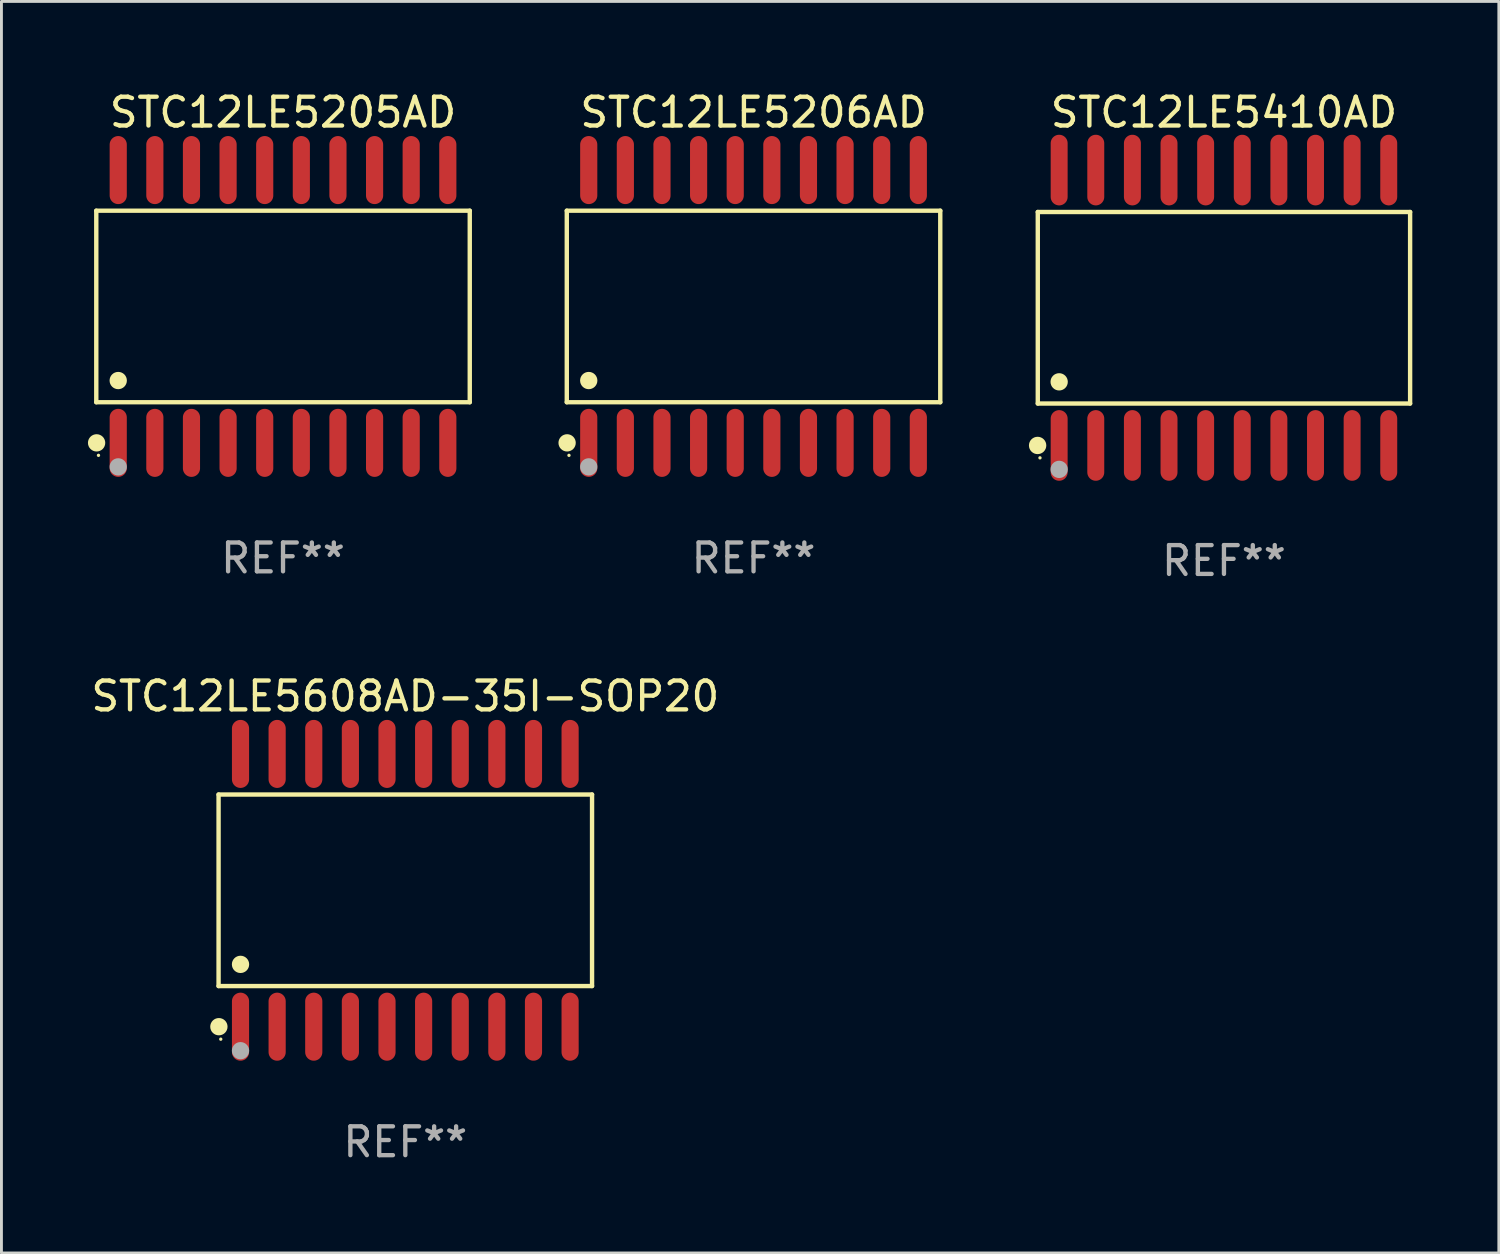
<source format=kicad_pcb>
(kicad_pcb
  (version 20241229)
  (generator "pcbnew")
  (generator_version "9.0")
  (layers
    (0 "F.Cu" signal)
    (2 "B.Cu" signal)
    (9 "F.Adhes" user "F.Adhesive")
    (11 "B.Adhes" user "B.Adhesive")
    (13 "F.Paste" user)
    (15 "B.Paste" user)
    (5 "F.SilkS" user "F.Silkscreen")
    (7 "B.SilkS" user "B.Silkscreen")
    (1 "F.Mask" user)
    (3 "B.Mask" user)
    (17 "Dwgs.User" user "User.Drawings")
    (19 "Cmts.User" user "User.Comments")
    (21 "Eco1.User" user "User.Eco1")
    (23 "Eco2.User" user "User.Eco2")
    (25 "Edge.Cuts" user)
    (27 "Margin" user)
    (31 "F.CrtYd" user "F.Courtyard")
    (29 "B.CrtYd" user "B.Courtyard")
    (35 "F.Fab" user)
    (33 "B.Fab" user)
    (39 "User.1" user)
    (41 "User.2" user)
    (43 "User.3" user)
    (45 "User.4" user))
  (footprint "STC12LE5206AD"
    (layer "F.Cu")
    (at 23.082 7.578)
    (property "Reference" "STC12LE5206AD" (at 0 -6.73 0) (layer "F.SilkS") (effects (font (size 1 1) (thickness 0.15))))
    (attr through_hole)
    (fp_line (start -6.476 -3.321) (end 6.476 -3.321) (stroke (width 0.152) (type solid)) (layer "F.SilkS"))
    (fp_line (start -6.476 3.321) (end -6.476 -3.321) (stroke (width 0.152) (type solid)) (layer "F.SilkS"))
    (fp_line (start 6.476 -3.321) (end 6.476 3.321) (stroke (width 0.152) (type solid)) (layer "F.SilkS"))
    (fp_line (start 6.476 3.321) (end -6.476 3.321) (stroke (width 0.152) (type solid)) (layer "F.SilkS"))
    (fp_circle (center -6.465 4.73) (end -6.315 4.73) (stroke (width 0.3) (type solid)) (fill no) (layer "F.SilkS"))
    (fp_circle (center -6.4 5.163) (end -6.37 5.163) (stroke (width 0.06) (type solid)) (fill no) (layer "F.SilkS"))
    (fp_circle (center -5.715 2.569) (end -5.565 2.569) (stroke (width 0.3) (type solid)) (fill no) (layer "F.SilkS"))
    (fp_circle (center -5.715 5.563) (end -5.565 5.563) (stroke (width 0.3) (type solid)) (fill no) (layer "F.Fab"))
    (fp_text user "REF**" (at 0 8.73 0) (layer "F.Fab") (effects (font (size 1 1) (thickness 0.15))))
    (pad "1" smd oval (at -5.715 4.73) (size 0.595 2.36) (layers "F.Cu" "F.Mask" "F.Paste"))
    (pad "2" smd oval (at -4.445 4.73) (size 0.595 2.36) (layers "F.Cu" "F.Mask" "F.Paste"))
    (pad "3" smd oval (at -3.175 4.73) (size 0.595 2.36) (layers "F.Cu" "F.Mask" "F.Paste"))
    (pad "4" smd oval (at -1.905 4.73) (size 0.595 2.36) (layers "F.Cu" "F.Mask" "F.Paste"))
    (pad "5" smd oval (at -0.635 4.73) (size 0.595 2.36) (layers "F.Cu" "F.Mask" "F.Paste"))
    (pad "6" smd oval (at 0.635 4.73) (size 0.595 2.36) (layers "F.Cu" "F.Mask" "F.Paste"))
    (pad "7" smd oval (at 1.905 4.73) (size 0.595 2.36) (layers "F.Cu" "F.Mask" "F.Paste"))
    (pad "8" smd oval (at 3.175 4.73) (size 0.595 2.36) (layers "F.Cu" "F.Mask" "F.Paste"))
    (pad "9" smd oval (at 4.445 4.73) (size 0.595 2.36) (layers "F.Cu" "F.Mask" "F.Paste"))
    (pad "10" smd oval (at 5.715 4.73) (size 0.595 2.36) (layers "F.Cu" "F.Mask" "F.Paste"))
    (pad "11" smd oval (at 5.715 -4.73) (size 0.595 2.36) (layers "F.Cu" "F.Mask" "F.Paste"))
    (pad "12" smd oval (at 4.445 -4.73) (size 0.595 2.36) (layers "F.Cu" "F.Mask" "F.Paste"))
    (pad "13" smd oval (at 3.175 -4.73) (size 0.595 2.36) (layers "F.Cu" "F.Mask" "F.Paste"))
    (pad "14" smd oval (at 1.905 -4.73) (size 0.595 2.36) (layers "F.Cu" "F.Mask" "F.Paste"))
    (pad "15" smd oval (at 0.635 -4.73) (size 0.595 2.36) (layers "F.Cu" "F.Mask" "F.Paste"))
    (pad "16" smd oval (at -0.635 -4.73) (size 0.595 2.36) (layers "F.Cu" "F.Mask" "F.Paste"))
    (pad "17" smd oval (at -1.905 -4.73) (size 0.595 2.36) (layers "F.Cu" "F.Mask" "F.Paste"))
    (pad "18" smd oval (at -3.175 -4.73) (size 0.595 2.36) (layers "F.Cu" "F.Mask" "F.Paste"))
    (pad "19" smd oval (at -4.445 -4.73) (size 0.595 2.36) (layers "F.Cu" "F.Mask" "F.Paste"))
    (pad "20" smd oval (at -5.715 -4.73) (size 0.595 2.36) (layers "F.Cu" "F.Mask" "F.Paste")))
  (footprint "STC12LE5205AD"
    (layer "F.Cu")
    (at 6.765 7.578)
    (property "Reference" "STC12LE5205AD" (at 0 -6.73 0) (layer "F.SilkS") (effects (font (size 1 1) (thickness 0.15))))
    (attr through_hole)
    (fp_line (start -6.476 -3.321) (end 6.476 -3.321) (stroke (width 0.152) (type solid)) (layer "F.SilkS"))
    (fp_line (start -6.476 3.321) (end -6.476 -3.321) (stroke (width 0.152) (type solid)) (layer "F.SilkS"))
    (fp_line (start 6.476 -3.321) (end 6.476 3.321) (stroke (width 0.152) (type solid)) (layer "F.SilkS"))
    (fp_line (start 6.476 3.321) (end -6.476 3.321) (stroke (width 0.152) (type solid)) (layer "F.SilkS"))
    (fp_circle (center -6.465 4.73) (end -6.315 4.73) (stroke (width 0.3) (type solid)) (fill no) (layer "F.SilkS"))
    (fp_circle (center -6.4 5.163) (end -6.37 5.163) (stroke (width 0.06) (type solid)) (fill no) (layer "F.SilkS"))
    (fp_circle (center -5.715 2.569) (end -5.565 2.569) (stroke (width 0.3) (type solid)) (fill no) (layer "F.SilkS"))
    (fp_circle (center -5.715 5.563) (end -5.565 5.563) (stroke (width 0.3) (type solid)) (fill no) (layer "F.Fab"))
    (fp_text user "REF**" (at 0 8.73 0) (layer "F.Fab") (effects (font (size 1 1) (thickness 0.15))))
    (pad "1" smd oval (at -5.715 4.73) (size 0.595 2.36) (layers "F.Cu" "F.Mask" "F.Paste"))
    (pad "2" smd oval (at -4.445 4.73) (size 0.595 2.36) (layers "F.Cu" "F.Mask" "F.Paste"))
    (pad "3" smd oval (at -3.175 4.73) (size 0.595 2.36) (layers "F.Cu" "F.Mask" "F.Paste"))
    (pad "4" smd oval (at -1.905 4.73) (size 0.595 2.36) (layers "F.Cu" "F.Mask" "F.Paste"))
    (pad "5" smd oval (at -0.635 4.73) (size 0.595 2.36) (layers "F.Cu" "F.Mask" "F.Paste"))
    (pad "6" smd oval (at 0.635 4.73) (size 0.595 2.36) (layers "F.Cu" "F.Mask" "F.Paste"))
    (pad "7" smd oval (at 1.905 4.73) (size 0.595 2.36) (layers "F.Cu" "F.Mask" "F.Paste"))
    (pad "8" smd oval (at 3.175 4.73) (size 0.595 2.36) (layers "F.Cu" "F.Mask" "F.Paste"))
    (pad "9" smd oval (at 4.445 4.73) (size 0.595 2.36) (layers "F.Cu" "F.Mask" "F.Paste"))
    (pad "10" smd oval (at 5.715 4.73) (size 0.595 2.36) (layers "F.Cu" "F.Mask" "F.Paste"))
    (pad "11" smd oval (at 5.715 -4.73) (size 0.595 2.36) (layers "F.Cu" "F.Mask" "F.Paste"))
    (pad "12" smd oval (at 4.445 -4.73) (size 0.595 2.36) (layers "F.Cu" "F.Mask" "F.Paste"))
    (pad "13" smd oval (at 3.175 -4.73) (size 0.595 2.36) (layers "F.Cu" "F.Mask" "F.Paste"))
    (pad "14" smd oval (at 1.905 -4.73) (size 0.595 2.36) (layers "F.Cu" "F.Mask" "F.Paste"))
    (pad "15" smd oval (at 0.635 -4.73) (size 0.595 2.36) (layers "F.Cu" "F.Mask" "F.Paste"))
    (pad "16" smd oval (at -0.635 -4.73) (size 0.595 2.36) (layers "F.Cu" "F.Mask" "F.Paste"))
    (pad "17" smd oval (at -1.905 -4.73) (size 0.595 2.36) (layers "F.Cu" "F.Mask" "F.Paste"))
    (pad "18" smd oval (at -3.175 -4.73) (size 0.595 2.36) (layers "F.Cu" "F.Mask" "F.Paste"))
    (pad "19" smd oval (at -4.445 -4.73) (size 0.595 2.36) (layers "F.Cu" "F.Mask" "F.Paste"))
    (pad "20" smd oval (at -5.715 -4.73) (size 0.595 2.36) (layers "F.Cu" "F.Mask" "F.Paste")))
  (footprint "STC12LE5410AD"
    (layer "F.Cu")
    (at 39.396 7.623)
    (property "Reference" "STC12LE5410AD" (at 0 -6.775 0) (layer "F.SilkS") (effects (font (size 1 1) (thickness 0.15))))
    (attr through_hole)
    (fp_line (start -6.456 -3.321) (end 6.456 -3.321) (stroke (width 0.152) (type solid)) (layer "F.SilkS"))
    (fp_line (start -6.456 3.321) (end -6.456 -3.321) (stroke (width 0.152) (type solid)) (layer "F.SilkS"))
    (fp_line (start 6.456 -3.321) (end 6.456 3.321) (stroke (width 0.152) (type solid)) (layer "F.SilkS"))
    (fp_line (start 6.456 3.321) (end -6.456 3.321) (stroke (width 0.152) (type solid)) (layer "F.SilkS"))
    (fp_circle (center -6.462 4.775) (end -6.311 4.775) (stroke (width 0.3) (type solid)) (fill no) (layer "F.SilkS"))
    (fp_circle (center -6.38 5.205) (end -6.35 5.205) (stroke (width 0.06) (type solid)) (fill no) (layer "F.SilkS"))
    (fp_circle (center -5.715 2.569) (end -5.565 2.569) (stroke (width 0.3) (type solid)) (fill no) (layer "F.SilkS"))
    (fp_circle (center -5.715 5.605) (end -5.565 5.605) (stroke (width 0.3) (type solid)) (fill no) (layer "F.Fab"))
    (fp_text user "REF**" (at 0 8.775 0) (layer "F.Fab") (effects (font (size 1 1) (thickness 0.15))))
    (pad "1" smd oval (at -5.715 4.775) (size 0.588 2.45) (layers "F.Cu" "F.Mask" "F.Paste"))
    (pad "2" smd oval (at -4.445 4.775) (size 0.588 2.45) (layers "F.Cu" "F.Mask" "F.Paste"))
    (pad "3" smd oval (at -3.175 4.775) (size 0.588 2.45) (layers "F.Cu" "F.Mask" "F.Paste"))
    (pad "4" smd oval (at -1.905 4.775) (size 0.588 2.45) (layers "F.Cu" "F.Mask" "F.Paste"))
    (pad "5" smd oval (at -0.635 4.775) (size 0.588 2.45) (layers "F.Cu" "F.Mask" "F.Paste"))
    (pad "6" smd oval (at 0.635 4.775) (size 0.588 2.45) (layers "F.Cu" "F.Mask" "F.Paste"))
    (pad "7" smd oval (at 1.905 4.775) (size 0.588 2.45) (layers "F.Cu" "F.Mask" "F.Paste"))
    (pad "8" smd oval (at 3.175 4.775) (size 0.588 2.45) (layers "F.Cu" "F.Mask" "F.Paste"))
    (pad "9" smd oval (at 4.445 4.775) (size 0.588 2.45) (layers "F.Cu" "F.Mask" "F.Paste"))
    (pad "10" smd oval (at 5.715 4.775) (size 0.588 2.45) (layers "F.Cu" "F.Mask" "F.Paste"))
    (pad "11" smd oval (at 5.715 -4.775) (size 0.588 2.45) (layers "F.Cu" "F.Mask" "F.Paste"))
    (pad "12" smd oval (at 4.445 -4.775) (size 0.588 2.45) (layers "F.Cu" "F.Mask" "F.Paste"))
    (pad "13" smd oval (at 3.175 -4.775) (size 0.588 2.45) (layers "F.Cu" "F.Mask" "F.Paste"))
    (pad "14" smd oval (at 1.905 -4.775) (size 0.588 2.45) (layers "F.Cu" "F.Mask" "F.Paste"))
    (pad "15" smd oval (at 0.635 -4.775) (size 0.588 2.45) (layers "F.Cu" "F.Mask" "F.Paste"))
    (pad "16" smd oval (at -0.635 -4.775) (size 0.588 2.45) (layers "F.Cu" "F.Mask" "F.Paste"))
    (pad "17" smd oval (at -1.905 -4.775) (size 0.588 2.45) (layers "F.Cu" "F.Mask" "F.Paste"))
    (pad "18" smd oval (at -3.175 -4.775) (size 0.588 2.45) (layers "F.Cu" "F.Mask" "F.Paste"))
    (pad "19" smd oval (at -4.445 -4.775) (size 0.588 2.45) (layers "F.Cu" "F.Mask" "F.Paste"))
    (pad "20" smd oval (at -5.715 -4.775) (size 0.588 2.45) (layers "F.Cu" "F.Mask" "F.Paste")))
  (footprint "STC12LE5608AD-35I-SOP20"
    (layer "F.Cu")
    (at 11.006 27.825)
    (property "Reference" "STC12LE5608AD-35I-SOP20" (at 0 -6.73 0) (layer "F.SilkS") (effects (font (size 1 1) (thickness 0.15))))
    (attr through_hole)
    (fp_line (start -6.476 -3.321) (end 6.476 -3.321) (stroke (width 0.152) (type solid)) (layer "F.SilkS"))
    (fp_line (start -6.476 3.321) (end -6.476 -3.321) (stroke (width 0.152) (type solid)) (layer "F.SilkS"))
    (fp_line (start 6.476 -3.321) (end 6.476 3.321) (stroke (width 0.152) (type solid)) (layer "F.SilkS"))
    (fp_line (start 6.476 3.321) (end -6.476 3.321) (stroke (width 0.152) (type solid)) (layer "F.SilkS"))
    (fp_circle (center -6.465 4.73) (end -6.315 4.73) (stroke (width 0.3) (type solid)) (fill no) (layer "F.SilkS"))
    (fp_circle (center -6.4 5.163) (end -6.37 5.163) (stroke (width 0.06) (type solid)) (fill no) (layer "F.SilkS"))
    (fp_circle (center -5.715 2.569) (end -5.565 2.569) (stroke (width 0.3) (type solid)) (fill no) (layer "F.SilkS"))
    (fp_circle (center -5.715 5.563) (end -5.565 5.563) (stroke (width 0.3) (type solid)) (fill no) (layer "F.Fab"))
    (fp_text user "REF**" (at 0 8.73 0) (layer "F.Fab") (effects (font (size 1 1) (thickness 0.15))))
    (pad "1" smd oval (at -5.715 4.73) (size 0.595 2.36) (layers "F.Cu" "F.Mask" "F.Paste"))
    (pad "2" smd oval (at -4.445 4.73) (size 0.595 2.36) (layers "F.Cu" "F.Mask" "F.Paste"))
    (pad "3" smd oval (at -3.175 4.73) (size 0.595 2.36) (layers "F.Cu" "F.Mask" "F.Paste"))
    (pad "4" smd oval (at -1.905 4.73) (size 0.595 2.36) (layers "F.Cu" "F.Mask" "F.Paste"))
    (pad "5" smd oval (at -0.635 4.73) (size 0.595 2.36) (layers "F.Cu" "F.Mask" "F.Paste"))
    (pad "6" smd oval (at 0.635 4.73) (size 0.595 2.36) (layers "F.Cu" "F.Mask" "F.Paste"))
    (pad "7" smd oval (at 1.905 4.73) (size 0.595 2.36) (layers "F.Cu" "F.Mask" "F.Paste"))
    (pad "8" smd oval (at 3.175 4.73) (size 0.595 2.36) (layers "F.Cu" "F.Mask" "F.Paste"))
    (pad "9" smd oval (at 4.445 4.73) (size 0.595 2.36) (layers "F.Cu" "F.Mask" "F.Paste"))
    (pad "10" smd oval (at 5.715 4.73) (size 0.595 2.36) (layers "F.Cu" "F.Mask" "F.Paste"))
    (pad "11" smd oval (at 5.715 -4.73) (size 0.595 2.36) (layers "F.Cu" "F.Mask" "F.Paste"))
    (pad "12" smd oval (at 4.445 -4.73) (size 0.595 2.36) (layers "F.Cu" "F.Mask" "F.Paste"))
    (pad "13" smd oval (at 3.175 -4.73) (size 0.595 2.36) (layers "F.Cu" "F.Mask" "F.Paste"))
    (pad "14" smd oval (at 1.905 -4.73) (size 0.595 2.36) (layers "F.Cu" "F.Mask" "F.Paste"))
    (pad "15" smd oval (at 0.635 -4.73) (size 0.595 2.36) (layers "F.Cu" "F.Mask" "F.Paste"))
    (pad "16" smd oval (at -0.635 -4.73) (size 0.595 2.36) (layers "F.Cu" "F.Mask" "F.Paste"))
    (pad "17" smd oval (at -1.905 -4.73) (size 0.595 2.36) (layers "F.Cu" "F.Mask" "F.Paste"))
    (pad "18" smd oval (at -3.175 -4.73) (size 0.595 2.36) (layers "F.Cu" "F.Mask" "F.Paste"))
    (pad "19" smd oval (at -4.445 -4.73) (size 0.595 2.36) (layers "F.Cu" "F.Mask" "F.Paste"))
    (pad "20" smd oval (at -5.715 -4.73) (size 0.595 2.36) (layers "F.Cu" "F.Mask" "F.Paste")))
  (gr_rect
    (start -3 -3)
    (end 48.929 40.403)
    (stroke (width 0.1) (type default))
    (fill no)
    (layer "Edge.Cuts")))
</source>
